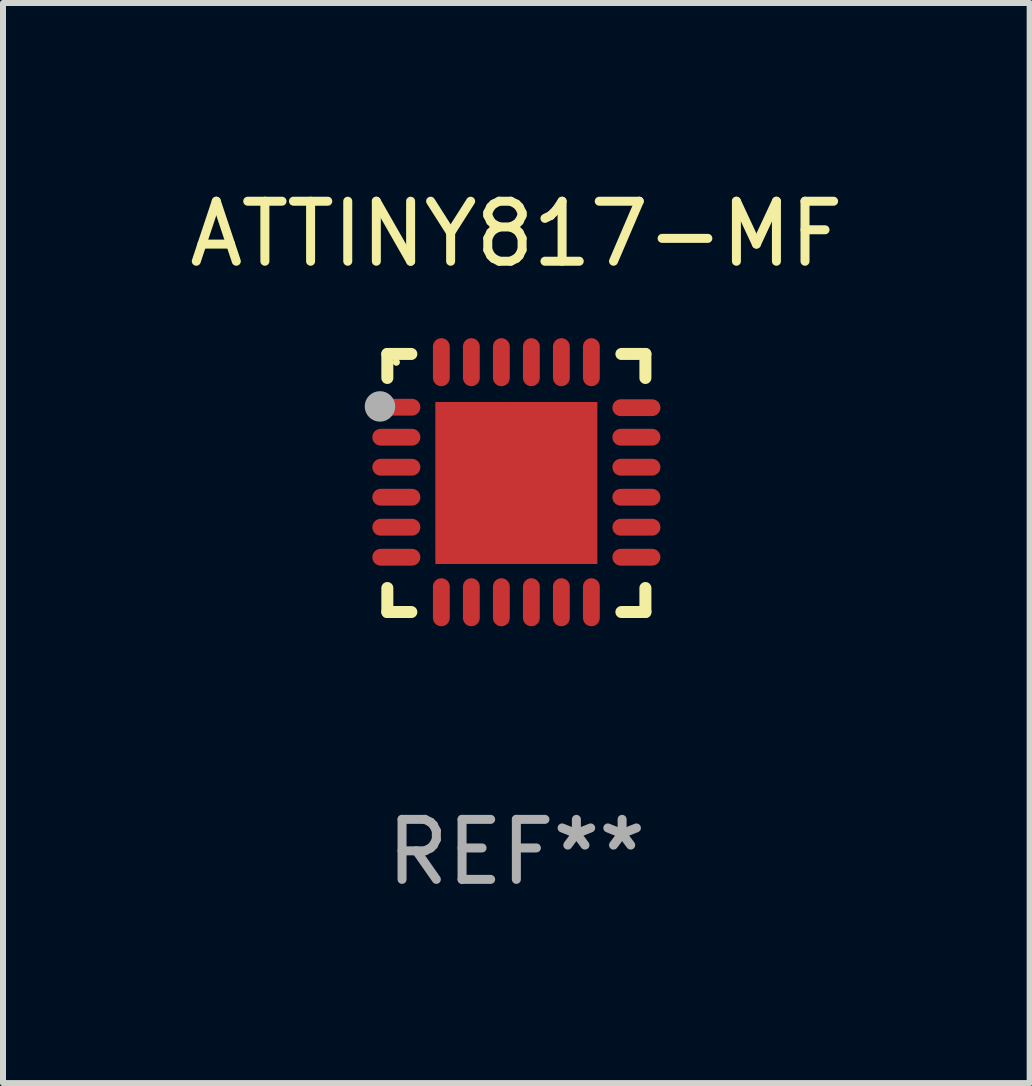
<source format=kicad_pcb>
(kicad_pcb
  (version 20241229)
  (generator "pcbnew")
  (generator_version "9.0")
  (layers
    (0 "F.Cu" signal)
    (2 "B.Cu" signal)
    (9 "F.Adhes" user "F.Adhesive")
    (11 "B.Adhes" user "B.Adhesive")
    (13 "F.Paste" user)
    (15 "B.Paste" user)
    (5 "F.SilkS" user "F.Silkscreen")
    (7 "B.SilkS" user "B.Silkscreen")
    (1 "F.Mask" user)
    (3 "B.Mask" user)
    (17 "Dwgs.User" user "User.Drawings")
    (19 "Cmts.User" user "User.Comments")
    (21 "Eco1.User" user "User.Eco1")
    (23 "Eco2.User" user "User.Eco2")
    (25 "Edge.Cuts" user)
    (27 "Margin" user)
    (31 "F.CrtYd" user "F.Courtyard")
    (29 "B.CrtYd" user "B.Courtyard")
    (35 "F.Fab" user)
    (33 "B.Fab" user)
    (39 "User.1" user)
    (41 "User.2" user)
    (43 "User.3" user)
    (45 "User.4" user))
  (footprint "ATTINY817-MF"
    (layer "F.Cu")
    (at 5.554 4.998)
    (property "Reference" "ATTINY817-MF" (at 0 -4.15 0) (layer "F.SilkS") (effects (font (size 1 1) (thickness 0.15))))
    (attr through_hole)
    (fp_line (start -2.15 -2.15) (end -1.75 -2.15) (stroke (width 0.2) (type solid)) (layer "F.SilkS"))
    (fp_line (start -2.15 -1.75) (end -2.15 -2.15) (stroke (width 0.2) (type solid)) (layer "F.SilkS"))
    (fp_line (start -2.15 2.15) (end -2.15 1.75) (stroke (width 0.2) (type solid)) (layer "F.SilkS"))
    (fp_line (start -1.75 2.15) (end -2.15 2.15) (stroke (width 0.2) (type solid)) (layer "F.SilkS"))
    (fp_line (start 1.75 -2.15) (end 2.15 -2.15) (stroke (width 0.2) (type solid)) (layer "F.SilkS"))
    (fp_line (start 1.75 2.15) (end 2.15 2.15) (stroke (width 0.2) (type solid)) (layer "F.SilkS"))
    (fp_line (start 2.15 -2.15) (end 2.15 -1.75) (stroke (width 0.2) (type solid)) (layer "F.SilkS"))
    (fp_line (start 2.15 2.15) (end 2.15 1.75) (stroke (width 0.2) (type solid)) (layer "F.SilkS"))
    (fp_circle (center -2 -2.013) (end -1.97 -2.013) (stroke (width 0.06) (type solid)) (fill no) (layer "F.SilkS"))
    (fp_circle (center -2.273 -1.276) (end -2.146 -1.276) (stroke (width 0.254) (type solid)) (fill no) (layer "F.Fab"))
    (fp_text user "REF**" (at 0 6.15 0) (layer "F.Fab") (effects (font (size 1 1) (thickness 0.15))))
    (pad "1" smd oval (at -2 -1.263 90) (size 0.28 0.8) (layers "F.Cu" "F.Mask" "F.Paste"))
    (pad "2" smd oval (at -2 -0.763 90) (size 0.28 0.8) (layers "F.Cu" "F.Mask" "F.Paste"))
    (pad "3" smd oval (at -2 -0.263 90) (size 0.28 0.8) (layers "F.Cu" "F.Mask" "F.Paste"))
    (pad "4" smd oval (at -2 0.237 90) (size 0.28 0.8) (layers "F.Cu" "F.Mask" "F.Paste"))
    (pad "5" smd oval (at -2 0.737 90) (size 0.28 0.8) (layers "F.Cu" "F.Mask" "F.Paste"))
    (pad "6" smd oval (at -2 1.237 90) (size 0.28 0.8) (layers "F.Cu" "F.Mask" "F.Paste"))
    (pad "7" smd oval (at -1.25 1.987) (size 0.28 0.8) (layers "F.Cu" "F.Mask" "F.Paste"))
    (pad "8" smd oval (at -0.75 1.987) (size 0.28 0.8) (layers "F.Cu" "F.Mask" "F.Paste"))
    (pad "9" smd oval (at -0.25 1.987) (size 0.28 0.8) (layers "F.Cu" "F.Mask" "F.Paste"))
    (pad "10" smd oval (at 0.25 1.987) (size 0.28 0.8) (layers "F.Cu" "F.Mask" "F.Paste"))
    (pad "11" smd oval (at 0.75 1.987) (size 0.28 0.8) (layers "F.Cu" "F.Mask" "F.Paste"))
    (pad "12" smd oval (at 1.25 1.987) (size 0.28 0.8) (layers "F.Cu" "F.Mask" "F.Paste"))
    (pad "13" smd oval (at 2 1.237 90) (size 0.28 0.8) (layers "F.Cu" "F.Mask" "F.Paste"))
    (pad "14" smd oval (at 2 0.737 90) (size 0.28 0.8) (layers "F.Cu" "F.Mask" "F.Paste"))
    (pad "15" smd oval (at 2 0.237 90) (size 0.28 0.8) (layers "F.Cu" "F.Mask" "F.Paste"))
    (pad "16" smd oval (at 2 -0.263 90) (size 0.28 0.8) (layers "F.Cu" "F.Mask" "F.Paste"))
    (pad "17" smd oval (at 2 -0.763 90) (size 0.28 0.8) (layers "F.Cu" "F.Mask" "F.Paste"))
    (pad "18" smd oval (at 2 -1.255 90) (size 0.28 0.8) (layers "F.Cu" "F.Mask" "F.Paste"))
    (pad "19" smd oval (at 1.25 -2.013) (size 0.28 0.8) (layers "F.Cu" "F.Mask" "F.Paste"))
    (pad "20" smd oval (at 0.75 -2.013) (size 0.28 0.8) (layers "F.Cu" "F.Mask" "F.Paste"))
    (pad "21" smd oval (at 0.25 -2.013) (size 0.28 0.8) (layers "F.Cu" "F.Mask" "F.Paste"))
    (pad "22" smd oval (at -0.25 -2.013) (size 0.28 0.8) (layers "F.Cu" "F.Mask" "F.Paste"))
    (pad "23" smd oval (at -0.75 -2.013) (size 0.28 0.8) (layers "F.Cu" "F.Mask" "F.Paste"))
    (pad "24" smd oval (at -1.25 -2.013) (size 0.28 0.8) (layers "F.Cu" "F.Mask" "F.Paste"))
    (pad "25" smd rect (at -0.000127 -0.00014) (size 2.7 2.7) (layers "F.Cu" "F.Mask" "F.Paste")))
  (gr_rect
    (start -3 -3)
    (end 14.107 14.997)
    (stroke (width 0.1) (type default))
    (fill no)
    (layer "Edge.Cuts")))
</source>
